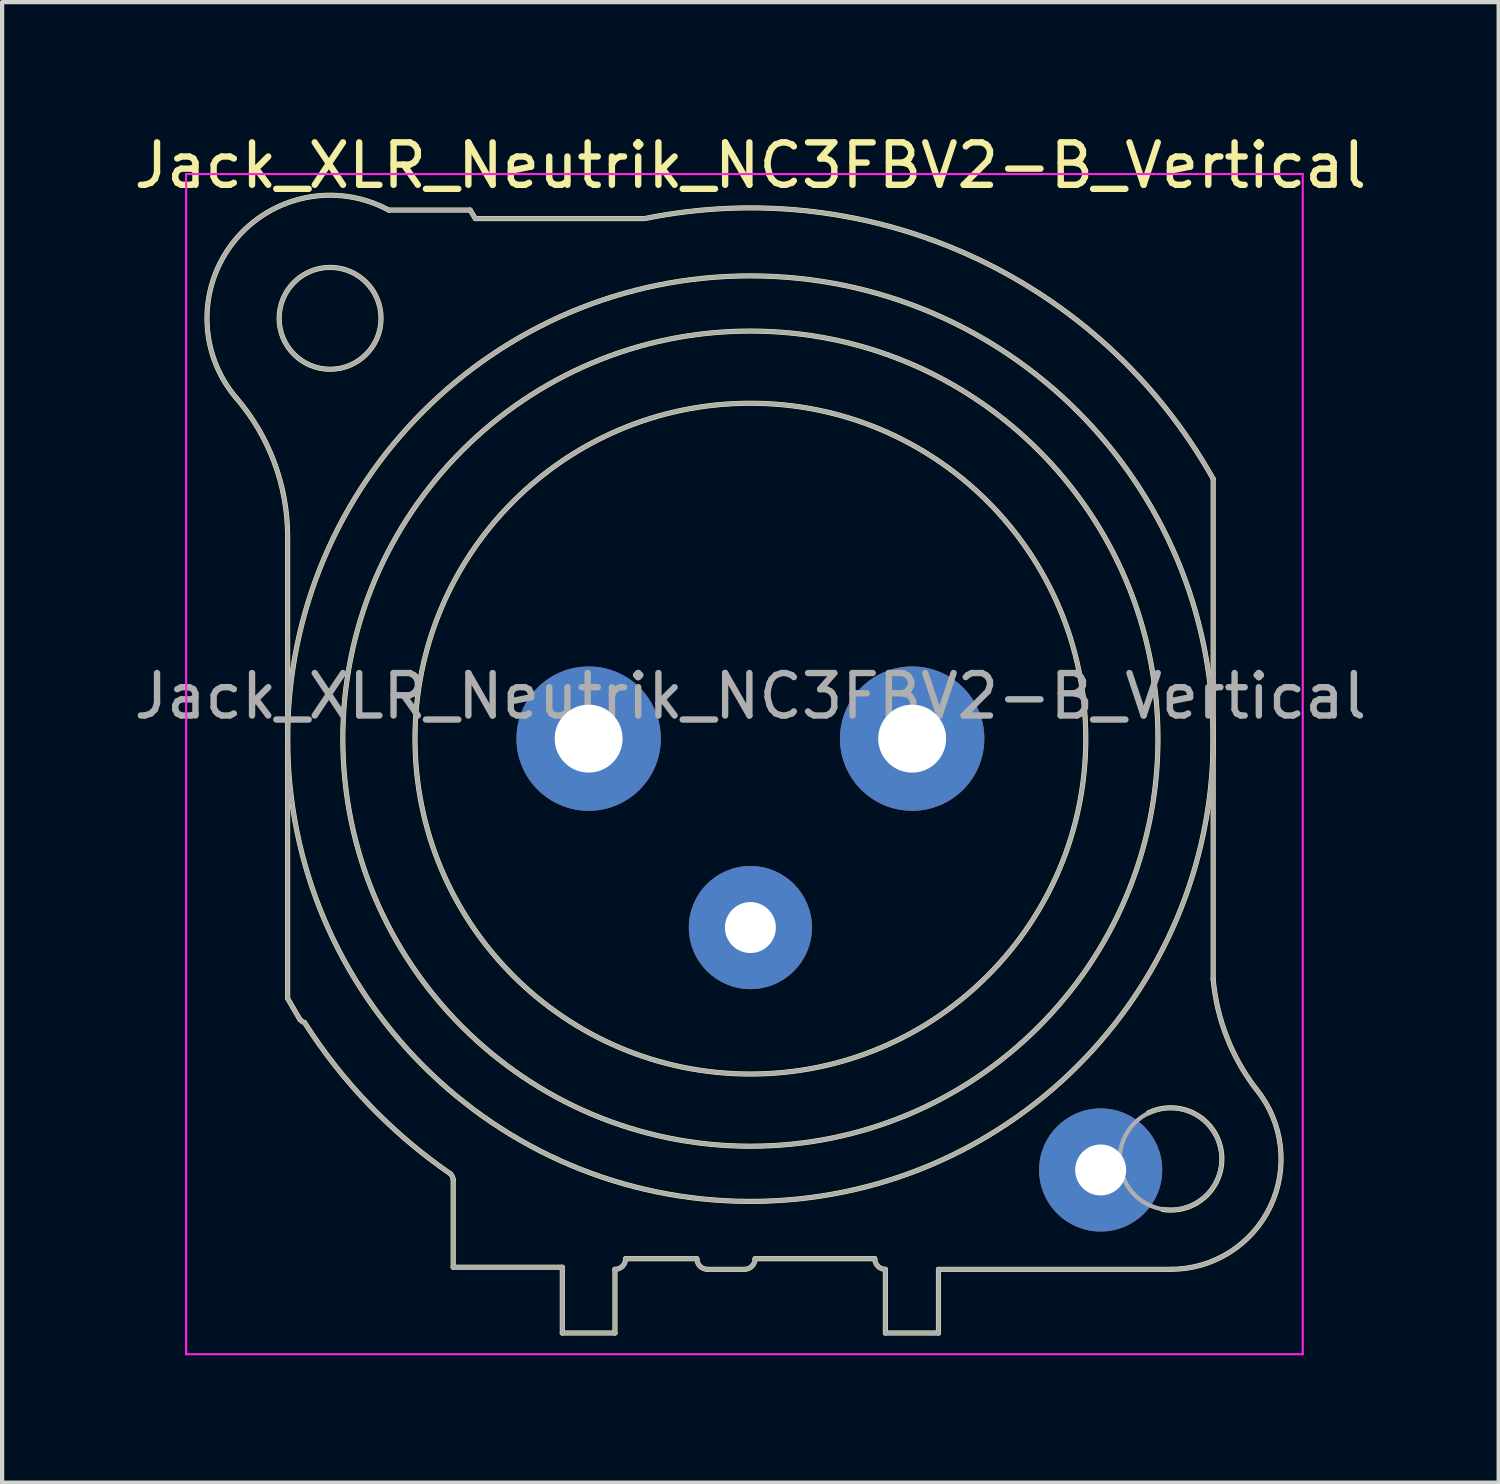
<source format=kicad_pcb>
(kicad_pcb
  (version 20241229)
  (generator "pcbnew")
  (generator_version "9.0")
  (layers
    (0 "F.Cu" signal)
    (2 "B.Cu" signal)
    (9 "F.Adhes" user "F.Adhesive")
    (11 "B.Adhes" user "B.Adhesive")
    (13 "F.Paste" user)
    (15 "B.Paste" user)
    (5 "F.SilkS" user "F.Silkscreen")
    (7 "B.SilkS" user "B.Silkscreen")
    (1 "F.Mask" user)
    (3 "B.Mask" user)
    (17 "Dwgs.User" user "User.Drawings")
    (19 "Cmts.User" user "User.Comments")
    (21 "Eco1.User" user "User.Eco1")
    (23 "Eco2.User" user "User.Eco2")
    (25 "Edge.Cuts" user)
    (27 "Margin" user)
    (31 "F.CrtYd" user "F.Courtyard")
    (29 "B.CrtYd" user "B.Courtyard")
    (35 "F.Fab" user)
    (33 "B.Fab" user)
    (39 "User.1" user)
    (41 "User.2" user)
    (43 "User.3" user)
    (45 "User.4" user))
  (footprint "Jack_XLR_Neutrik_NC3FBV2-B_Vertical"
    (layer "F.Cu")
    (at 18.435 14.348)
    (property "Reference" "Jack_XLR_Neutrik_NC3FBV2-B_Vertical" (at -3.81 -13.5 0) (layer "F.SilkS") (effects (font (size 1 1) (thickness 0.15))))
    (attr through_hole)
    (fp_line (start -14.71 -4.76) (end -14.71 6.12) (stroke (width 0.12) (type solid)) (layer "F.SilkS"))
    (fp_line (start -14.71 6.12) (end -14.43 6.6) (stroke (width 0.12) (type solid)) (layer "F.SilkS"))
    (fp_line (start -10.81 10.39) (end -10.81 12.45) (stroke (width 0.12) (type solid)) (layer "F.SilkS"))
    (fp_line (start -10.81 12.45) (end -8.24 12.45) (stroke (width 0.12) (type solid)) (layer "F.SilkS"))
    (fp_line (start -10.41 -12.45) (end -12.33 -12.45) (stroke (width 0.12) (type solid)) (layer "F.SilkS"))
    (fp_line (start -10.29 -12.25) (end -10.41 -12.45) (stroke (width 0.12) (type solid)) (layer "F.SilkS"))
    (fp_line (start -8.24 12.45) (end -8.24 14) (stroke (width 0.12) (type solid)) (layer "F.SilkS"))
    (fp_line (start -7 14) (end -8.24 14) (stroke (width 0.12) (type solid)) (layer "F.SilkS"))
    (fp_line (start -7 14) (end -7 12.5) (stroke (width 0.12) (type solid)) (layer "F.SilkS"))
    (fp_line (start -6.75 12.25) (end -5.07 12.25) (stroke (width 0.12) (type solid)) (layer "F.SilkS"))
    (fp_line (start -6.3 -12.25) (end -10.29 -12.25) (stroke (width 0.12) (type solid)) (layer "F.SilkS"))
    (fp_line (start -4.82 12.5) (end -3.95 12.5) (stroke (width 0.12) (type solid)) (layer "F.SilkS"))
    (fp_line (start -3.7 12.25) (end -0.88 12.25) (stroke (width 0.12) (type solid)) (layer "F.SilkS"))
    (fp_line (start -0.63 12.5) (end -0.63 14) (stroke (width 0.12) (type solid)) (layer "F.SilkS"))
    (fp_line (start 0.62 12.5) (end 6.09 12.5) (stroke (width 0.12) (type solid)) (layer "F.SilkS"))
    (fp_line (start 0.62 14) (end -0.63 14) (stroke (width 0.12) (type solid)) (layer "F.SilkS"))
    (fp_line (start 0.62 14) (end 0.62 12.5) (stroke (width 0.12) (type solid)) (layer "F.SilkS"))
    (fp_line (start 7.09 5.67) (end 7.09 -6.12) (stroke (width 0.12) (type solid)) (layer "F.SilkS"))
    (fp_arc (start -15.916051 -8.020379) (mid -15.021177 -6.498148) (end -14.71 -4.76) (stroke (width 0.12) (type solid)) (layer "F.SilkS"))
    (fp_arc (start -15.908884 -8.010077) (mid -15.967404 -11.719623) (end -12.33 -12.45) (stroke (width 0.12) (type solid)) (layer "F.SilkS"))
    (fp_arc (start -14.313753 6.685219) (mid -14.379716 6.653303) (end -14.43 6.6) (stroke (width 0.12) (type solid)) (layer "F.SilkS"))
    (fp_arc (start -10.879208 10.248532) (mid -12.772983 8.641241) (end -14.31 6.69) (stroke (width 0.12) (type solid)) (layer "F.SilkS"))
    (fp_arc (start -10.874359 10.252686) (mid -10.828679 10.315015) (end -10.81 10.39) (stroke (width 0.12) (type solid)) (layer "F.SilkS"))
    (fp_arc (start -6.75 12.25) (mid -6.823223 12.426777) (end -7 12.5) (stroke (width 0.12) (type solid)) (layer "F.SilkS"))
    (fp_arc (start -6.283571 -12.253402) (mid 1.401126 -11.362596) (end 7.09 -6.12) (stroke (width 0.12) (type solid)) (layer "F.SilkS"))
    (fp_arc (start -4.82 12.5) (mid -4.996777 12.426777) (end -5.07 12.25) (stroke (width 0.12) (type solid)) (layer "F.SilkS"))
    (fp_arc (start -3.7 12.25) (mid -3.773223 12.426777) (end -3.95 12.5) (stroke (width 0.12) (type solid)) (layer "F.SilkS"))
    (fp_arc (start -0.63 12.5) (mid -0.806777 12.426777) (end -0.88 12.25) (stroke (width 0.12) (type solid)) (layer "F.SilkS"))
    (fp_arc (start 5.563083 8.81623) (mid 7.282057 9.723366) (end 5.9 11.09) (stroke (width 0.12) (type solid)) (layer "F.SilkS"))
    (fp_arc (start 8.110579 8.263767) (mid 8.436721 11.019329) (end 6.09 12.5) (stroke (width 0.12) (type solid)) (layer "F.SilkS"))
    (fp_arc (start 8.111727 8.266808) (mid 7.416073 7.041111) (end 7.09 5.67) (stroke (width 0.12) (type solid)) (layer "F.SilkS"))
    (fp_circle (center -13.71 -9.9) (end -12.51 -9.9) (stroke (width 0.12) (type solid)) (fill no) (layer "F.SilkS"))
    (fp_circle (center -3.81 0) (end 4.09 0) (stroke (width 0.12) (type solid)) (fill no) (layer "F.SilkS"))
    (fp_circle (center -3.81 0) (end 5.79 0) (stroke (width 0.12) (type solid)) (fill no) (layer "F.SilkS"))
    (fp_circle (center -3.81 0) (end 7.09 0) (stroke (width 0.12) (type solid)) (fill no) (layer "F.SilkS"))
    (fp_line (start -17.1 -13.3) (end 9.2 -13.3) (stroke (width 0.05) (type solid)) (layer "F.CrtYd"))
    (fp_line (start -17.1 14.5) (end -17.1 -13.3) (stroke (width 0.05) (type solid)) (layer "F.CrtYd"))
    (fp_line (start 9.2 -13.3) (end 9.2 14.5) (stroke (width 0.05) (type solid)) (layer "F.CrtYd"))
    (fp_line (start 9.2 14.5) (end -17.1 14.5) (stroke (width 0.05) (type solid)) (layer "F.CrtYd"))
    (fp_line (start -14.71 -4.76) (end -14.71 6.12) (stroke (width 0.1) (type solid)) (layer "F.Fab"))
    (fp_line (start -14.71 6.12) (end -14.43 6.6) (stroke (width 0.1) (type solid)) (layer "F.Fab"))
    (fp_line (start -10.81 10.39) (end -10.81 12.45) (stroke (width 0.1) (type solid)) (layer "F.Fab"))
    (fp_line (start -10.81 12.45) (end -8.24 12.45) (stroke (width 0.1) (type solid)) (layer "F.Fab"))
    (fp_line (start -10.41 -12.45) (end -12.33 -12.45) (stroke (width 0.1) (type solid)) (layer "F.Fab"))
    (fp_line (start -10.29 -12.25) (end -10.41 -12.45) (stroke (width 0.1) (type solid)) (layer "F.Fab"))
    (fp_line (start -8.24 12.45) (end -8.24 14) (stroke (width 0.1) (type solid)) (layer "F.Fab"))
    (fp_line (start -7 14) (end -8.24 14) (stroke (width 0.1) (type solid)) (layer "F.Fab"))
    (fp_line (start -7 14) (end -7 12.5) (stroke (width 0.1) (type solid)) (layer "F.Fab"))
    (fp_line (start -6.75 12.25) (end -5.07 12.25) (stroke (width 0.1) (type solid)) (layer "F.Fab"))
    (fp_line (start -6.3 -12.25) (end -10.29 -12.25) (stroke (width 0.1) (type solid)) (layer "F.Fab"))
    (fp_line (start -4.82 12.5) (end -3.95 12.5) (stroke (width 0.1) (type solid)) (layer "F.Fab"))
    (fp_line (start -3.7 12.25) (end -0.88 12.25) (stroke (width 0.1) (type solid)) (layer "F.Fab"))
    (fp_line (start -0.63 12.5) (end -0.63 14) (stroke (width 0.1) (type solid)) (layer "F.Fab"))
    (fp_line (start 0.62 12.5) (end 6.09 12.5) (stroke (width 0.1) (type solid)) (layer "F.Fab"))
    (fp_line (start 0.62 14) (end -0.63 14) (stroke (width 0.1) (type solid)) (layer "F.Fab"))
    (fp_line (start 0.62 14) (end 0.62 12.5) (stroke (width 0.1) (type solid)) (layer "F.Fab"))
    (fp_line (start 7.09 5.67) (end 7.09 -6.12) (stroke (width 0.1) (type solid)) (layer "F.Fab"))
    (fp_arc (start -15.916051 -8.020379) (mid -15.021177 -6.498148) (end -14.71 -4.76) (stroke (width 0.1) (type solid)) (layer "F.Fab"))
    (fp_arc (start -15.908884 -8.010077) (mid -15.967404 -11.719623) (end -12.33 -12.45) (stroke (width 0.1) (type solid)) (layer "F.Fab"))
    (fp_arc (start -14.313753 6.685219) (mid -14.379716 6.653303) (end -14.43 6.6) (stroke (width 0.1) (type solid)) (layer "F.Fab"))
    (fp_arc (start -10.879208 10.248532) (mid -12.772983 8.641241) (end -14.31 6.69) (stroke (width 0.1) (type solid)) (layer "F.Fab"))
    (fp_arc (start -10.874359 10.252686) (mid -10.828679 10.315015) (end -10.81 10.39) (stroke (width 0.1) (type solid)) (layer "F.Fab"))
    (fp_arc (start -6.75 12.25) (mid -6.823223 12.426777) (end -7 12.5) (stroke (width 0.1) (type solid)) (layer "F.Fab"))
    (fp_arc (start -6.283571 -12.253402) (mid 1.401126 -11.362596) (end 7.09 -6.12) (stroke (width 0.1) (type solid)) (layer "F.Fab"))
    (fp_arc (start -4.82 12.5) (mid -4.996777 12.426777) (end -5.07 12.25) (stroke (width 0.1) (type solid)) (layer "F.Fab"))
    (fp_arc (start -3.7 12.25) (mid -3.773223 12.426777) (end -3.95 12.5) (stroke (width 0.1) (type solid)) (layer "F.Fab"))
    (fp_arc (start -0.63 12.5) (mid -0.806777 12.426777) (end -0.88 12.25) (stroke (width 0.1) (type solid)) (layer "F.Fab"))
    (fp_arc (start 8.110579 8.263767) (mid 8.436721 11.019329) (end 6.09 12.5) (stroke (width 0.1) (type solid)) (layer "F.Fab"))
    (fp_arc (start 8.111727 8.266808) (mid 7.416073 7.041111) (end 7.09 5.67) (stroke (width 0.1) (type solid)) (layer "F.Fab"))
    (fp_circle (center -13.71 -9.9) (end -12.51 -9.9) (stroke (width 0.1) (type solid)) (fill no) (layer "F.Fab"))
    (fp_circle (center -3.81 0) (end 4.09 0) (stroke (width 0.1) (type solid)) (fill no) (layer "F.Fab"))
    (fp_circle (center -3.81 0) (end 5.79 0) (stroke (width 0.1) (type solid)) (fill no) (layer "F.Fab"))
    (fp_circle (center -3.81 0) (end 7.09 0) (stroke (width 0.1) (type solid)) (fill no) (layer "F.Fab"))
    (fp_circle (center 6.09 9.9) (end 7.29 9.9) (stroke (width 0.1) (type solid)) (fill no) (layer "F.Fab"))
    (fp_text user "${REFERENCE}" (at -3.81 -1 0) (layer "F.Fab") (effects (font (size 1 1) (thickness 0.15))))
    (pad "1" thru_hole circle (at 0 0) (size 3.4 3.4) (drill 1.6) (layers "*.Cu" "*.Mask"))
    (pad "2" thru_hole circle (at -7.62 0) (size 3.4 3.4) (drill 1.6) (layers "*.Cu" "*.Mask"))
    (pad "3" thru_hole circle (at -3.81 4.45) (size 2.9 2.9) (drill 1.2) (layers "*.Cu" "*.Mask"))
    (pad "G" thru_hole circle (at 4.44 10.16) (size 2.9 2.9) (drill 1.2) (layers "*.Cu" "*.Mask")))
  (gr_rect
    (start -3 -3)
    (end 32.25 31.873)
    (stroke (width 0.1) (type default))
    (fill no)
    (layer "Edge.Cuts")))
</source>
